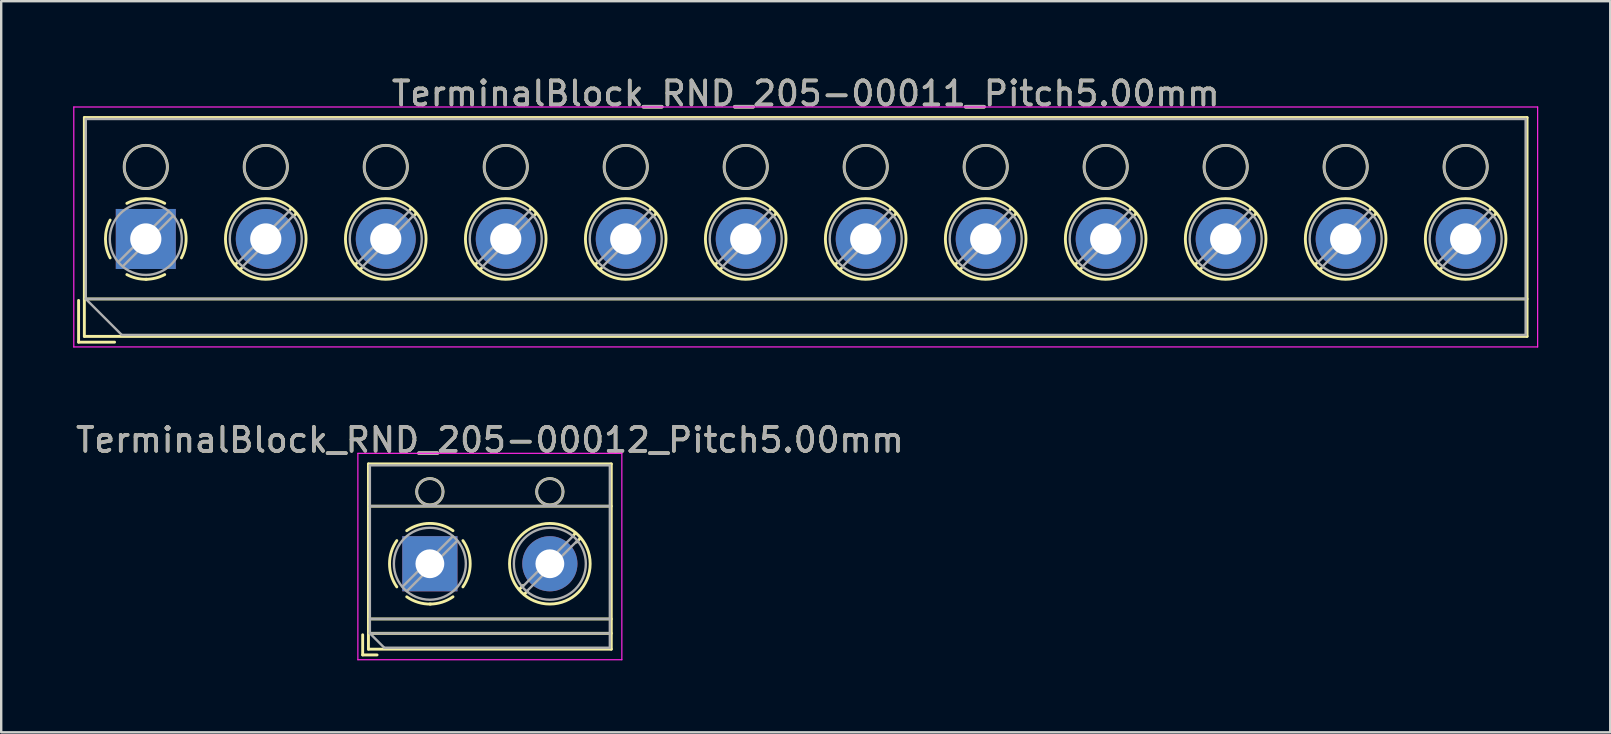
<source format=kicad_pcb>
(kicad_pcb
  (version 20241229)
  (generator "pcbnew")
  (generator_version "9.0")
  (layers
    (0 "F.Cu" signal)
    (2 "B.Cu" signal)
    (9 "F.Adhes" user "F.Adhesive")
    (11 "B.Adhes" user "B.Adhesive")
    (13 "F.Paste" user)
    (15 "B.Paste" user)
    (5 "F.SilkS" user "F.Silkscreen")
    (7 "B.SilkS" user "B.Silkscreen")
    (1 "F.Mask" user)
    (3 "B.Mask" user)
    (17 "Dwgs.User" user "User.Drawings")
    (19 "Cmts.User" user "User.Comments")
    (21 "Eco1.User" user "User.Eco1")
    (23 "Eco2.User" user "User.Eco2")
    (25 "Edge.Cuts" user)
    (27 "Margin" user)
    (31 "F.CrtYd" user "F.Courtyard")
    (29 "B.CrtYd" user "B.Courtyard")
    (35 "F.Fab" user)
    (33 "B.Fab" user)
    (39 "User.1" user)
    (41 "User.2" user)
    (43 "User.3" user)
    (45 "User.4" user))
  (footprint "TerminalBlock_RND_205-00012_Pitch5.00mm"
    (layer "F.Cu")
    (at 14.863 20.442)
    (property "Reference" "TerminalBlock_RND_205-00012_Pitch5.00mm" (at 2.5 -5.16 0) (layer "F.SilkS") (effects (font (size 1 1) (thickness 0.15))))
    (attr through_hole)
    (fp_line (start -2.8 2.96) (end -2.8 3.8) (stroke (width 0.12) (type solid)) (layer "F.SilkS"))
    (fp_line (start -2.8 3.8) (end -2.2 3.8) (stroke (width 0.12) (type solid)) (layer "F.SilkS"))
    (fp_line (start -2.56 -4.16) (end -2.56 3.56) (stroke (width 0.12) (type solid)) (layer "F.SilkS"))
    (fp_line (start -2.56 -2.4) (end 7.56 -2.4) (stroke (width 0.12) (type solid)) (layer "F.SilkS"))
    (fp_line (start -2.56 2.3) (end 7.56 2.3) (stroke (width 0.12) (type solid)) (layer "F.SilkS"))
    (fp_line (start -2.56 2.9) (end 7.56 2.9) (stroke (width 0.12) (type solid)) (layer "F.SilkS"))
    (fp_line (start -2.56 3.56) (end 7.56 3.56) (stroke (width 0.12) (type solid)) (layer "F.SilkS"))
    (fp_line (start 3.89 0.905) (end 3.726 1.069) (stroke (width 0.12) (type solid)) (layer "F.SilkS"))
    (fp_line (start 4.06 1.146) (end 3.931 1.274) (stroke (width 0.12) (type solid)) (layer "F.SilkS"))
    (fp_line (start 6.07 -1.275) (end 5.941 -1.146) (stroke (width 0.12) (type solid)) (layer "F.SilkS"))
    (fp_line (start 6.275 -1.069) (end 6.111 -0.905) (stroke (width 0.12) (type solid)) (layer "F.SilkS"))
    (fp_line (start 7.56 -4.16) (end -2.56 -4.16) (stroke (width 0.12) (type solid)) (layer "F.SilkS"))
    (fp_line (start 7.56 3.56) (end 7.56 -4.16) (stroke (width 0.12) (type solid)) (layer "F.SilkS"))
    (fp_arc (start -1.376825 0.964249) (mid -1.6809 0.000152) (end -1.377 -0.964) (stroke (width 0.12) (type solid)) (layer "F.SilkS"))
    (fp_arc (start -0.964249 -1.376825) (mid -0.000152 -1.6809) (end 0.964 -1.377) (stroke (width 0.12) (type solid)) (layer "F.SilkS"))
    (fp_arc (start 0.029488 1.680641) (mid -0.491302 1.607497) (end -0.964 1.377) (stroke (width 0.12) (type solid)) (layer "F.SilkS"))
    (fp_arc (start 0.963608 1.376175) (mid 0.505186 1.602244) (end 0 1.68) (stroke (width 0.12) (type solid)) (layer "F.SilkS"))
    (fp_arc (start 1.376825 -0.964249) (mid 1.6809 -0.000152) (end 1.377 0.964) (stroke (width 0.12) (type solid)) (layer "F.SilkS"))
    (fp_circle (center 0 -3) (end 0.55 -3) (stroke (width 0.12) (type solid)) (fill no) (layer "F.SilkS"))
    (fp_circle (center 5 -3) (end 5.55 -3) (stroke (width 0.12) (type solid)) (fill no) (layer "F.SilkS"))
    (fp_circle (center 5 0) (end 6.68 0) (stroke (width 0.12) (type solid)) (fill no) (layer "F.SilkS"))
    (fp_line (start -3 -4.6) (end -3 4) (stroke (width 0.05) (type solid)) (layer "F.CrtYd"))
    (fp_line (start -3 4) (end 8 4) (stroke (width 0.05) (type solid)) (layer "F.CrtYd"))
    (fp_line (start 8 -4.6) (end -3 -4.6) (stroke (width 0.05) (type solid)) (layer "F.CrtYd"))
    (fp_line (start 8 4) (end 8 -4.6) (stroke (width 0.05) (type solid)) (layer "F.CrtYd"))
    (fp_line (start -2.5 -4.1) (end 7.5 -4.1) (stroke (width 0.1) (type solid)) (layer "F.Fab"))
    (fp_line (start -2.5 -2.4) (end 7.5 -2.4) (stroke (width 0.1) (type solid)) (layer "F.Fab"))
    (fp_line (start -2.5 2.3) (end 7.5 2.3) (stroke (width 0.1) (type solid)) (layer "F.Fab"))
    (fp_line (start -2.5 2.9) (end -2.5 -4.1) (stroke (width 0.1) (type solid)) (layer "F.Fab"))
    (fp_line (start -2.5 2.9) (end 7.5 2.9) (stroke (width 0.1) (type solid)) (layer "F.Fab"))
    (fp_line (start -1.9 3.5) (end -2.5 2.9) (stroke (width 0.1) (type solid)) (layer "F.Fab"))
    (fp_line (start 0.955 -1.138) (end -1.138 0.955) (stroke (width 0.1) (type solid)) (layer "F.Fab"))
    (fp_line (start 1.138 -0.955) (end -0.955 1.138) (stroke (width 0.1) (type solid)) (layer "F.Fab"))
    (fp_line (start 5.955 -1.138) (end 3.863 0.955) (stroke (width 0.1) (type solid)) (layer "F.Fab"))
    (fp_line (start 6.138 -0.955) (end 4.046 1.138) (stroke (width 0.1) (type solid)) (layer "F.Fab"))
    (fp_line (start 7.5 -4.1) (end 7.5 3.5) (stroke (width 0.1) (type solid)) (layer "F.Fab"))
    (fp_line (start 7.5 3.5) (end -1.9 3.5) (stroke (width 0.1) (type solid)) (layer "F.Fab"))
    (fp_circle (center 0 -3) (end 0.55 -3) (stroke (width 0.1) (type solid)) (fill no) (layer "F.Fab"))
    (fp_circle (center 0 0) (end 1.5 0) (stroke (width 0.1) (type solid)) (fill no) (layer "F.Fab"))
    (fp_circle (center 5 -3) (end 5.55 -3) (stroke (width 0.1) (type solid)) (fill no) (layer "F.Fab"))
    (fp_circle (center 5 0) (end 6.5 0) (stroke (width 0.1) (type solid)) (fill no) (layer "F.Fab"))
    (fp_text user "${REFERENCE}" (at 2.5 -5.16 0) (layer "F.Fab") (effects (font (size 1 1) (thickness 0.15))))
    (pad "1" thru_hole rect (at 0 0) (size 2.3 2.3) (drill 1.2) (layers "*.Cu" "*.Mask"))
    (pad "2" thru_hole circle (at 5 0) (size 2.3 2.3) (drill 1.2) (layers "*.Cu" "*.Mask")))
  (footprint "TerminalBlock_RND_205-00011_Pitch5.00mm"
    (layer "F.Cu")
    (at 3.025 6.908)
    (property "Reference" "TerminalBlock_RND_205-00011_Pitch5.00mm" (at 27.5 -6.06 0) (layer "F.SilkS") (effects (font (size 1 1) (thickness 0.15))))
    (attr through_hole)
    (fp_line (start -2.8 2.56) (end -2.8 4.3) (stroke (width 0.12) (type solid)) (layer "F.SilkS"))
    (fp_line (start -2.8 4.3) (end -1.3 4.3) (stroke (width 0.12) (type solid)) (layer "F.SilkS"))
    (fp_line (start -2.56 -5.06) (end -2.56 4.06) (stroke (width 0.12) (type solid)) (layer "F.SilkS"))
    (fp_line (start -2.56 2.5) (end 57.56 2.5) (stroke (width 0.12) (type solid)) (layer "F.SilkS"))
    (fp_line (start -2.56 4.06) (end 57.56 4.06) (stroke (width 0.12) (type solid)) (layer "F.SilkS"))
    (fp_line (start 3.82 0.976) (end 3.726 1.069) (stroke (width 0.12) (type solid)) (layer "F.SilkS"))
    (fp_line (start 3.99 1.216) (end 3.931 1.274) (stroke (width 0.12) (type solid)) (layer "F.SilkS"))
    (fp_line (start 6.07 -1.275) (end 6.011 -1.216) (stroke (width 0.12) (type solid)) (layer "F.SilkS"))
    (fp_line (start 6.275 -1.069) (end 6.181 -0.976) (stroke (width 0.12) (type solid)) (layer "F.SilkS"))
    (fp_line (start 8.82 0.976) (end 8.726 1.069) (stroke (width 0.12) (type solid)) (layer "F.SilkS"))
    (fp_line (start 8.99 1.216) (end 8.931 1.274) (stroke (width 0.12) (type solid)) (layer "F.SilkS"))
    (fp_line (start 11.07 -1.275) (end 11.011 -1.216) (stroke (width 0.12) (type solid)) (layer "F.SilkS"))
    (fp_line (start 11.275 -1.069) (end 11.181 -0.976) (stroke (width 0.12) (type solid)) (layer "F.SilkS"))
    (fp_line (start 13.82 0.976) (end 13.726 1.069) (stroke (width 0.12) (type solid)) (layer "F.SilkS"))
    (fp_line (start 13.99 1.216) (end 13.931 1.274) (stroke (width 0.12) (type solid)) (layer "F.SilkS"))
    (fp_line (start 16.07 -1.275) (end 16.011 -1.216) (stroke (width 0.12) (type solid)) (layer "F.SilkS"))
    (fp_line (start 16.275 -1.069) (end 16.181 -0.976) (stroke (width 0.12) (type solid)) (layer "F.SilkS"))
    (fp_line (start 18.82 0.976) (end 18.726 1.069) (stroke (width 0.12) (type solid)) (layer "F.SilkS"))
    (fp_line (start 18.99 1.216) (end 18.931 1.274) (stroke (width 0.12) (type solid)) (layer "F.SilkS"))
    (fp_line (start 21.07 -1.275) (end 21.011 -1.216) (stroke (width 0.12) (type solid)) (layer "F.SilkS"))
    (fp_line (start 21.275 -1.069) (end 21.181 -0.976) (stroke (width 0.12) (type solid)) (layer "F.SilkS"))
    (fp_line (start 23.82 0.976) (end 23.726 1.069) (stroke (width 0.12) (type solid)) (layer "F.SilkS"))
    (fp_line (start 23.99 1.216) (end 23.931 1.274) (stroke (width 0.12) (type solid)) (layer "F.SilkS"))
    (fp_line (start 26.07 -1.275) (end 26.011 -1.216) (stroke (width 0.12) (type solid)) (layer "F.SilkS"))
    (fp_line (start 26.275 -1.069) (end 26.181 -0.976) (stroke (width 0.12) (type solid)) (layer "F.SilkS"))
    (fp_line (start 28.82 0.976) (end 28.726 1.069) (stroke (width 0.12) (type solid)) (layer "F.SilkS"))
    (fp_line (start 28.99 1.216) (end 28.931 1.274) (stroke (width 0.12) (type solid)) (layer "F.SilkS"))
    (fp_line (start 31.07 -1.275) (end 31.011 -1.216) (stroke (width 0.12) (type solid)) (layer "F.SilkS"))
    (fp_line (start 31.275 -1.069) (end 31.181 -0.976) (stroke (width 0.12) (type solid)) (layer "F.SilkS"))
    (fp_line (start 33.82 0.976) (end 33.726 1.069) (stroke (width 0.12) (type solid)) (layer "F.SilkS"))
    (fp_line (start 33.99 1.216) (end 33.931 1.274) (stroke (width 0.12) (type solid)) (layer "F.SilkS"))
    (fp_line (start 36.07 -1.275) (end 36.011 -1.216) (stroke (width 0.12) (type solid)) (layer "F.SilkS"))
    (fp_line (start 36.275 -1.069) (end 36.181 -0.976) (stroke (width 0.12) (type solid)) (layer "F.SilkS"))
    (fp_line (start 38.82 0.976) (end 38.726 1.069) (stroke (width 0.12) (type solid)) (layer "F.SilkS"))
    (fp_line (start 38.99 1.216) (end 38.931 1.274) (stroke (width 0.12) (type solid)) (layer "F.SilkS"))
    (fp_line (start 41.07 -1.275) (end 41.011 -1.216) (stroke (width 0.12) (type solid)) (layer "F.SilkS"))
    (fp_line (start 41.275 -1.069) (end 41.181 -0.976) (stroke (width 0.12) (type solid)) (layer "F.SilkS"))
    (fp_line (start 43.82 0.976) (end 43.726 1.069) (stroke (width 0.12) (type solid)) (layer "F.SilkS"))
    (fp_line (start 43.99 1.216) (end 43.931 1.274) (stroke (width 0.12) (type solid)) (layer "F.SilkS"))
    (fp_line (start 46.07 -1.275) (end 46.011 -1.216) (stroke (width 0.12) (type solid)) (layer "F.SilkS"))
    (fp_line (start 46.275 -1.069) (end 46.181 -0.976) (stroke (width 0.12) (type solid)) (layer "F.SilkS"))
    (fp_line (start 48.82 0.976) (end 48.726 1.069) (stroke (width 0.12) (type solid)) (layer "F.SilkS"))
    (fp_line (start 48.99 1.216) (end 48.931 1.274) (stroke (width 0.12) (type solid)) (layer "F.SilkS"))
    (fp_line (start 51.07 -1.275) (end 51.011 -1.216) (stroke (width 0.12) (type solid)) (layer "F.SilkS"))
    (fp_line (start 51.275 -1.069) (end 51.181 -0.976) (stroke (width 0.12) (type solid)) (layer "F.SilkS"))
    (fp_line (start 53.82 0.976) (end 53.726 1.069) (stroke (width 0.12) (type solid)) (layer "F.SilkS"))
    (fp_line (start 53.99 1.216) (end 53.931 1.274) (stroke (width 0.12) (type solid)) (layer "F.SilkS"))
    (fp_line (start 56.07 -1.275) (end 56.011 -1.216) (stroke (width 0.12) (type solid)) (layer "F.SilkS"))
    (fp_line (start 56.275 -1.069) (end 56.181 -0.976) (stroke (width 0.12) (type solid)) (layer "F.SilkS"))
    (fp_line (start 57.56 -5.06) (end -2.56 -5.06) (stroke (width 0.12) (type solid)) (layer "F.SilkS"))
    (fp_line (start 57.56 4.06) (end 57.56 -5.06) (stroke (width 0.12) (type solid)) (layer "F.SilkS"))
    (fp_arc (start -1.483953 0.789089) (mid -1.680708 0.00005) (end -1.484 -0.789) (stroke (width 0.12) (type solid)) (layer "F.SilkS"))
    (fp_arc (start -0.789089 -1.483953) (mid -0.00005 -1.680708) (end 0.789 -1.484) (stroke (width 0.12) (type solid)) (layer "F.SilkS"))
    (fp_arc (start 0.029383 1.68045) (mid -0.392304 1.634281) (end -0.789 1.484) (stroke (width 0.12) (type solid)) (layer "F.SilkS"))
    (fp_arc (start 0.788712 1.483352) (mid 0.406429 1.630097) (end 0 1.68) (stroke (width 0.12) (type solid)) (layer "F.SilkS"))
    (fp_arc (start 1.483953 -0.789089) (mid 1.680708 -0.00005) (end 1.484 0.789) (stroke (width 0.12) (type solid)) (layer "F.SilkS"))
    (fp_circle (center 0 -3) (end 0.9 -3) (stroke (width 0.12) (type solid)) (fill no) (layer "F.SilkS"))
    (fp_circle (center 5 -3) (end 5.9 -3) (stroke (width 0.12) (type solid)) (fill no) (layer "F.SilkS"))
    (fp_circle (center 5 0) (end 6.68 0) (stroke (width 0.12) (type solid)) (fill no) (layer "F.SilkS"))
    (fp_circle (center 10 -3) (end 10.9 -3) (stroke (width 0.12) (type solid)) (fill no) (layer "F.SilkS"))
    (fp_circle (center 10 0) (end 11.68 0) (stroke (width 0.12) (type solid)) (fill no) (layer "F.SilkS"))
    (fp_circle (center 15 -3) (end 15.9 -3) (stroke (width 0.12) (type solid)) (fill no) (layer "F.SilkS"))
    (fp_circle (center 15 0) (end 16.68 0) (stroke (width 0.12) (type solid)) (fill no) (layer "F.SilkS"))
    (fp_circle (center 20 -3) (end 20.9 -3) (stroke (width 0.12) (type solid)) (fill no) (layer "F.SilkS"))
    (fp_circle (center 20 0) (end 21.68 0) (stroke (width 0.12) (type solid)) (fill no) (layer "F.SilkS"))
    (fp_circle (center 25 -3) (end 25.9 -3) (stroke (width 0.12) (type solid)) (fill no) (layer "F.SilkS"))
    (fp_circle (center 25 0) (end 26.68 0) (stroke (width 0.12) (type solid)) (fill no) (layer "F.SilkS"))
    (fp_circle (center 30 -3) (end 30.9 -3) (stroke (width 0.12) (type solid)) (fill no) (layer "F.SilkS"))
    (fp_circle (center 30 0) (end 31.68 0) (stroke (width 0.12) (type solid)) (fill no) (layer "F.SilkS"))
    (fp_circle (center 35 -3) (end 35.9 -3) (stroke (width 0.12) (type solid)) (fill no) (layer "F.SilkS"))
    (fp_circle (center 35 0) (end 36.68 0) (stroke (width 0.12) (type solid)) (fill no) (layer "F.SilkS"))
    (fp_circle (center 40 -3) (end 40.9 -3) (stroke (width 0.12) (type solid)) (fill no) (layer "F.SilkS"))
    (fp_circle (center 40 0) (end 41.68 0) (stroke (width 0.12) (type solid)) (fill no) (layer "F.SilkS"))
    (fp_circle (center 45 -3) (end 45.9 -3) (stroke (width 0.12) (type solid)) (fill no) (layer "F.SilkS"))
    (fp_circle (center 45 0) (end 46.68 0) (stroke (width 0.12) (type solid)) (fill no) (layer "F.SilkS"))
    (fp_circle (center 50 -3) (end 50.9 -3) (stroke (width 0.12) (type solid)) (fill no) (layer "F.SilkS"))
    (fp_circle (center 50 0) (end 51.68 0) (stroke (width 0.12) (type solid)) (fill no) (layer "F.SilkS"))
    (fp_circle (center 55 -3) (end 55.9 -3) (stroke (width 0.12) (type solid)) (fill no) (layer "F.SilkS"))
    (fp_circle (center 55 0) (end 56.68 0) (stroke (width 0.12) (type solid)) (fill no) (layer "F.SilkS"))
    (fp_line (start -3 -5.5) (end -3 4.5) (stroke (width 0.05) (type solid)) (layer "F.CrtYd"))
    (fp_line (start -3 4.5) (end 58 4.5) (stroke (width 0.05) (type solid)) (layer "F.CrtYd"))
    (fp_line (start 58 -5.5) (end -3 -5.5) (stroke (width 0.05) (type solid)) (layer "F.CrtYd"))
    (fp_line (start 58 4.5) (end 58 -5.5) (stroke (width 0.05) (type solid)) (layer "F.CrtYd"))
    (fp_line (start -2.5 -5) (end 57.5 -5) (stroke (width 0.1) (type solid)) (layer "F.Fab"))
    (fp_line (start -2.5 2.5) (end -2.5 -5) (stroke (width 0.1) (type solid)) (layer "F.Fab"))
    (fp_line (start -2.5 2.5) (end 57.5 2.5) (stroke (width 0.1) (type solid)) (layer "F.Fab"))
    (fp_line (start -1 4) (end -2.5 2.5) (stroke (width 0.1) (type solid)) (layer "F.Fab"))
    (fp_line (start 0.955 -1.138) (end -1.138 0.955) (stroke (width 0.1) (type solid)) (layer "F.Fab"))
    (fp_line (start 1.138 -0.955) (end -0.955 1.138) (stroke (width 0.1) (type solid)) (layer "F.Fab"))
    (fp_line (start 5.955 -1.138) (end 3.863 0.955) (stroke (width 0.1) (type solid)) (layer "F.Fab"))
    (fp_line (start 6.138 -0.955) (end 4.046 1.138) (stroke (width 0.1) (type solid)) (layer "F.Fab"))
    (fp_line (start 10.955 -1.138) (end 8.863 0.955) (stroke (width 0.1) (type solid)) (layer "F.Fab"))
    (fp_line (start 11.138 -0.955) (end 9.046 1.138) (stroke (width 0.1) (type solid)) (layer "F.Fab"))
    (fp_line (start 15.955 -1.138) (end 13.863 0.955) (stroke (width 0.1) (type solid)) (layer "F.Fab"))
    (fp_line (start 16.138 -0.955) (end 14.046 1.138) (stroke (width 0.1) (type solid)) (layer "F.Fab"))
    (fp_line (start 20.955 -1.138) (end 18.863 0.955) (stroke (width 0.1) (type solid)) (layer "F.Fab"))
    (fp_line (start 21.138 -0.955) (end 19.046 1.138) (stroke (width 0.1) (type solid)) (layer "F.Fab"))
    (fp_line (start 25.955 -1.138) (end 23.863 0.955) (stroke (width 0.1) (type solid)) (layer "F.Fab"))
    (fp_line (start 26.138 -0.955) (end 24.046 1.138) (stroke (width 0.1) (type solid)) (layer "F.Fab"))
    (fp_line (start 30.955 -1.138) (end 28.863 0.955) (stroke (width 0.1) (type solid)) (layer "F.Fab"))
    (fp_line (start 31.138 -0.955) (end 29.046 1.138) (stroke (width 0.1) (type solid)) (layer "F.Fab"))
    (fp_line (start 35.955 -1.138) (end 33.863 0.955) (stroke (width 0.1) (type solid)) (layer "F.Fab"))
    (fp_line (start 36.138 -0.955) (end 34.046 1.138) (stroke (width 0.1) (type solid)) (layer "F.Fab"))
    (fp_line (start 40.955 -1.138) (end 38.863 0.955) (stroke (width 0.1) (type solid)) (layer "F.Fab"))
    (fp_line (start 41.138 -0.955) (end 39.046 1.138) (stroke (width 0.1) (type solid)) (layer "F.Fab"))
    (fp_line (start 45.955 -1.138) (end 43.863 0.955) (stroke (width 0.1) (type solid)) (layer "F.Fab"))
    (fp_line (start 46.138 -0.955) (end 44.046 1.138) (stroke (width 0.1) (type solid)) (layer "F.Fab"))
    (fp_line (start 50.955 -1.138) (end 48.863 0.955) (stroke (width 0.1) (type solid)) (layer "F.Fab"))
    (fp_line (start 51.138 -0.955) (end 49.046 1.138) (stroke (width 0.1) (type solid)) (layer "F.Fab"))
    (fp_line (start 55.955 -1.138) (end 53.863 0.955) (stroke (width 0.1) (type solid)) (layer "F.Fab"))
    (fp_line (start 56.138 -0.955) (end 54.046 1.138) (stroke (width 0.1) (type solid)) (layer "F.Fab"))
    (fp_line (start 57.5 -5) (end 57.5 4) (stroke (width 0.1) (type solid)) (layer "F.Fab"))
    (fp_line (start 57.5 4) (end -1 4) (stroke (width 0.1) (type solid)) (layer "F.Fab"))
    (fp_circle (center 0 -3) (end 0.9 -3) (stroke (width 0.1) (type solid)) (fill no) (layer "F.Fab"))
    (fp_circle (center 0 0) (end 1.5 0) (stroke (width 0.1) (type solid)) (fill no) (layer "F.Fab"))
    (fp_circle (center 5 -3) (end 5.9 -3) (stroke (width 0.1) (type solid)) (fill no) (layer "F.Fab"))
    (fp_circle (center 5 0) (end 6.5 0) (stroke (width 0.1) (type solid)) (fill no) (layer "F.Fab"))
    (fp_circle (center 10 -3) (end 10.9 -3) (stroke (width 0.1) (type solid)) (fill no) (layer "F.Fab"))
    (fp_circle (center 10 0) (end 11.5 0) (stroke (width 0.1) (type solid)) (fill no) (layer "F.Fab"))
    (fp_circle (center 15 -3) (end 15.9 -3) (stroke (width 0.1) (type solid)) (fill no) (layer "F.Fab"))
    (fp_circle (center 15 0) (end 16.5 0) (stroke (width 0.1) (type solid)) (fill no) (layer "F.Fab"))
    (fp_circle (center 20 -3) (end 20.9 -3) (stroke (width 0.1) (type solid)) (fill no) (layer "F.Fab"))
    (fp_circle (center 20 0) (end 21.5 0) (stroke (width 0.1) (type solid)) (fill no) (layer "F.Fab"))
    (fp_circle (center 25 -3) (end 25.9 -3) (stroke (width 0.1) (type solid)) (fill no) (layer "F.Fab"))
    (fp_circle (center 25 0) (end 26.5 0) (stroke (width 0.1) (type solid)) (fill no) (layer "F.Fab"))
    (fp_circle (center 30 -3) (end 30.9 -3) (stroke (width 0.1) (type solid)) (fill no) (layer "F.Fab"))
    (fp_circle (center 30 0) (end 31.5 0) (stroke (width 0.1) (type solid)) (fill no) (layer "F.Fab"))
    (fp_circle (center 35 -3) (end 35.9 -3) (stroke (width 0.1) (type solid)) (fill no) (layer "F.Fab"))
    (fp_circle (center 35 0) (end 36.5 0) (stroke (width 0.1) (type solid)) (fill no) (layer "F.Fab"))
    (fp_circle (center 40 -3) (end 40.9 -3) (stroke (width 0.1) (type solid)) (fill no) (layer "F.Fab"))
    (fp_circle (center 40 0) (end 41.5 0) (stroke (width 0.1) (type solid)) (fill no) (layer "F.Fab"))
    (fp_circle (center 45 -3) (end 45.9 -3) (stroke (width 0.1) (type solid)) (fill no) (layer "F.Fab"))
    (fp_circle (center 45 0) (end 46.5 0) (stroke (width 0.1) (type solid)) (fill no) (layer "F.Fab"))
    (fp_circle (center 50 -3) (end 50.9 -3) (stroke (width 0.1) (type solid)) (fill no) (layer "F.Fab"))
    (fp_circle (center 50 0) (end 51.5 0) (stroke (width 0.1) (type solid)) (fill no) (layer "F.Fab"))
    (fp_circle (center 55 -3) (end 55.9 -3) (stroke (width 0.1) (type solid)) (fill no) (layer "F.Fab"))
    (fp_circle (center 55 0) (end 56.5 0) (stroke (width 0.1) (type solid)) (fill no) (layer "F.Fab"))
    (fp_text user "${REFERENCE}" (at 27.5 -6.06 0) (layer "F.Fab") (effects (font (size 1 1) (thickness 0.15))))
    (pad "1" thru_hole rect (at 0 0) (size 2.5 2.5) (drill 1.3) (layers "*.Cu" "*.Mask"))
    (pad "2" thru_hole circle (at 5 0) (size 2.5 2.5) (drill 1.3) (layers "*.Cu" "*.Mask"))
    (pad "3" thru_hole circle (at 10 0) (size 2.5 2.5) (drill 1.3) (layers "*.Cu" "*.Mask"))
    (pad "4" thru_hole circle (at 15 0) (size 2.5 2.5) (drill 1.3) (layers "*.Cu" "*.Mask"))
    (pad "5" thru_hole circle (at 20 0) (size 2.5 2.5) (drill 1.3) (layers "*.Cu" "*.Mask"))
    (pad "6" thru_hole circle (at 25 0) (size 2.5 2.5) (drill 1.3) (layers "*.Cu" "*.Mask"))
    (pad "7" thru_hole circle (at 30 0) (size 2.5 2.5) (drill 1.3) (layers "*.Cu" "*.Mask"))
    (pad "8" thru_hole circle (at 35 0) (size 2.5 2.5) (drill 1.3) (layers "*.Cu" "*.Mask"))
    (pad "9" thru_hole circle (at 40 0) (size 2.5 2.5) (drill 1.3) (layers "*.Cu" "*.Mask"))
    (pad "10" thru_hole circle (at 45 0) (size 2.5 2.5) (drill 1.3) (layers "*.Cu" "*.Mask"))
    (pad "11" thru_hole circle (at 50 0) (size 2.5 2.5) (drill 1.3) (layers "*.Cu" "*.Mask"))
    (pad "12" thru_hole circle (at 55 0) (size 2.5 2.5) (drill 1.3) (layers "*.Cu" "*.Mask")))
  (gr_rect
    (start -3 -3)
    (end 64.05 27.466)
    (stroke (width 0.1) (type default))
    (fill no)
    (layer "Edge.Cuts")))
</source>
